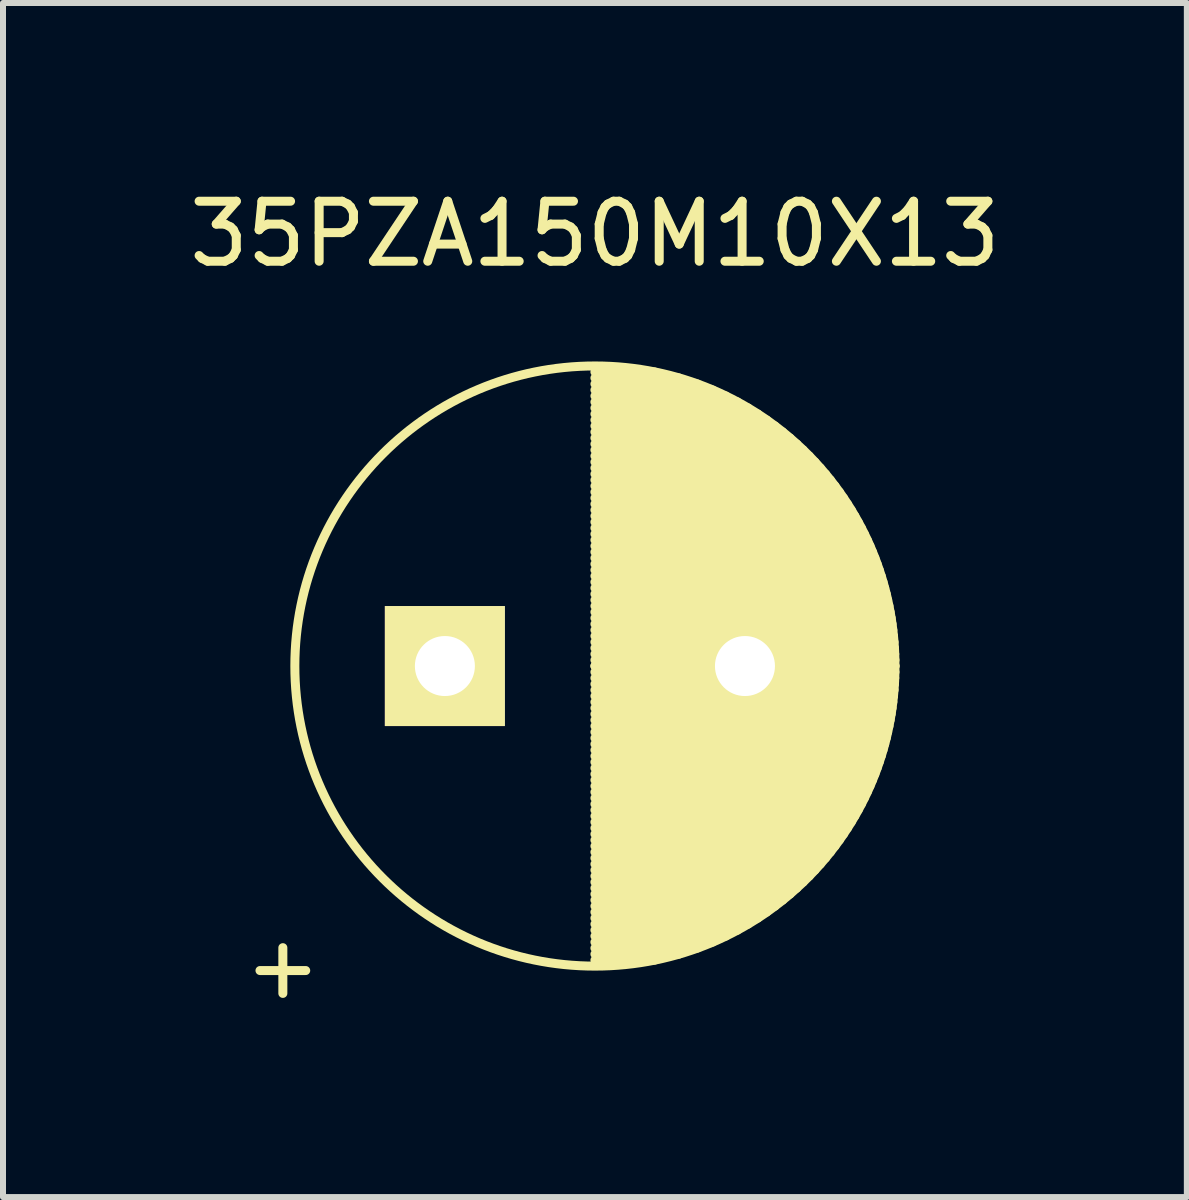
<source format=kicad_pcb>
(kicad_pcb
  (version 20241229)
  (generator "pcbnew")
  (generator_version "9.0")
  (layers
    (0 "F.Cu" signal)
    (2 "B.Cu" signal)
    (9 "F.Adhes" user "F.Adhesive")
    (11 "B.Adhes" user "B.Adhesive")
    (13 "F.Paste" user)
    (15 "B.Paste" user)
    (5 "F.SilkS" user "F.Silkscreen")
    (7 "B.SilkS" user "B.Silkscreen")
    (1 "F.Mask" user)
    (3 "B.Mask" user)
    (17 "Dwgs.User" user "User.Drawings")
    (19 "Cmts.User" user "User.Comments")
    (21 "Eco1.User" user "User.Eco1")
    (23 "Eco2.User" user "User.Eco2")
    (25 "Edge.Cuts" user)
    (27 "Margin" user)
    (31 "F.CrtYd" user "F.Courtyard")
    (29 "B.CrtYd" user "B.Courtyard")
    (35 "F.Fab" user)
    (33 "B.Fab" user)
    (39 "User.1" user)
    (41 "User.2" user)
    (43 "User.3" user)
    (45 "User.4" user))
  (footprint "35PZA150M10X13"
    (layer "F.Cu")
    (at 4.363 8.048)
    (property "Reference" "35PZA150M10X13" (at 2.5 -7.2 0) (layer "F.SilkS") (effects (font (size 1 1) (thickness 0.15))))
    (attr through_hole)
    (fp_line (start 2.5 -4.9) (end 3.495 -4.9) (stroke (width 0.15) (type solid)) (layer "F.SilkS"))
    (fp_line (start 2.5 -4.8) (end 3.9 -4.8) (stroke (width 0.15) (type solid)) (layer "F.SilkS"))
    (fp_line (start 2.5 -4.7) (end 4.206 -4.7) (stroke (width 0.15) (type solid)) (layer "F.SilkS"))
    (fp_line (start 2.5 -4.6) (end 4.46 -4.6) (stroke (width 0.15) (type solid)) (layer "F.SilkS"))
    (fp_line (start 2.5 -4.5) (end 4.679 -4.5) (stroke (width 0.15) (type solid)) (layer "F.SilkS"))
    (fp_line (start 2.5 -4.4) (end 4.875 -4.4) (stroke (width 0.15) (type solid)) (layer "F.SilkS"))
    (fp_line (start 2.5 -4.3) (end 5.051 -4.3) (stroke (width 0.15) (type solid)) (layer "F.SilkS"))
    (fp_line (start 2.5 -4.2) (end 5.213 -4.2) (stroke (width 0.15) (type solid)) (layer "F.SilkS"))
    (fp_line (start 2.5 -4.1) (end 5.362 -4.1) (stroke (width 0.15) (type solid)) (layer "F.SilkS"))
    (fp_line (start 2.5 -4) (end 5.5 -4) (stroke (width 0.15) (type solid)) (layer "F.SilkS"))
    (fp_line (start 2.5 -3.9) (end 5.629 -3.9) (stroke (width 0.15) (type solid)) (layer "F.SilkS"))
    (fp_line (start 2.5 -3.8) (end 5.75 -3.8) (stroke (width 0.15) (type solid)) (layer "F.SilkS"))
    (fp_line (start 2.5 -3.7) (end 5.863 -3.7) (stroke (width 0.15) (type solid)) (layer "F.SilkS"))
    (fp_line (start 2.5 -3.6) (end 5.97 -3.6) (stroke (width 0.15) (type solid)) (layer "F.SilkS"))
    (fp_line (start 2.5 -3.5) (end 6.071 -3.5) (stroke (width 0.15) (type solid)) (layer "F.SilkS"))
    (fp_line (start 2.5 -3.4) (end 6.166 -3.4) (stroke (width 0.15) (type solid)) (layer "F.SilkS"))
    (fp_line (start 2.5 -3.3) (end 6.256 -3.3) (stroke (width 0.15) (type solid)) (layer "F.SilkS"))
    (fp_line (start 2.5 -3.2) (end 6.342 -3.2) (stroke (width 0.15) (type solid)) (layer "F.SilkS"))
    (fp_line (start 2.5 -3.1) (end 6.423 -3.1) (stroke (width 0.15) (type solid)) (layer "F.SilkS"))
    (fp_line (start 2.5 -3) (end 6.5 -3) (stroke (width 0.15) (type solid)) (layer "F.SilkS"))
    (fp_line (start 2.5 -2.9) (end 6.573 -2.9) (stroke (width 0.15) (type solid)) (layer "F.SilkS"))
    (fp_line (start 2.5 -2.8) (end 6.642 -2.8) (stroke (width 0.15) (type solid)) (layer "F.SilkS"))
    (fp_line (start 2.5 -2.7) (end 6.708 -2.7) (stroke (width 0.15) (type solid)) (layer "F.SilkS"))
    (fp_line (start 2.5 -2.6) (end 6.771 -2.6) (stroke (width 0.15) (type solid)) (layer "F.SilkS"))
    (fp_line (start 2.5 -2.5) (end 6.83 -2.5) (stroke (width 0.15) (type solid)) (layer "F.SilkS"))
    (fp_line (start 2.5 -2.4) (end 6.886 -2.4) (stroke (width 0.15) (type solid)) (layer "F.SilkS"))
    (fp_line (start 2.5 -2.3) (end 6.94 -2.3) (stroke (width 0.15) (type solid)) (layer "F.SilkS"))
    (fp_line (start 2.5 -2.2) (end 6.99 -2.2) (stroke (width 0.15) (type solid)) (layer "F.SilkS"))
    (fp_line (start 2.5 -2.1) (end 7.038 -2.1) (stroke (width 0.15) (type solid)) (layer "F.SilkS"))
    (fp_line (start 2.5 -2) (end 7.083 -2) (stroke (width 0.15) (type solid)) (layer "F.SilkS"))
    (fp_line (start 2.5 -1.9) (end 7.125 -1.9) (stroke (width 0.15) (type solid)) (layer "F.SilkS"))
    (fp_line (start 2.5 -1.8) (end 7.165 -1.8) (stroke (width 0.15) (type solid)) (layer "F.SilkS"))
    (fp_line (start 2.5 -1.7) (end 7.202 -1.7) (stroke (width 0.15) (type solid)) (layer "F.SilkS"))
    (fp_line (start 2.5 -1.6) (end 7.237 -1.6) (stroke (width 0.15) (type solid)) (layer "F.SilkS"))
    (fp_line (start 2.5 -1.5) (end 7.27 -1.5) (stroke (width 0.15) (type solid)) (layer "F.SilkS"))
    (fp_line (start 2.5 -1.4) (end 7.3 -1.4) (stroke (width 0.15) (type solid)) (layer "F.SilkS"))
    (fp_line (start 2.5 -1.3) (end 7.328 -1.3) (stroke (width 0.15) (type solid)) (layer "F.SilkS"))
    (fp_line (start 2.5 -1.2) (end 7.354 -1.2) (stroke (width 0.15) (type solid)) (layer "F.SilkS"))
    (fp_line (start 2.5 -1.1) (end 7.377 -1.1) (stroke (width 0.15) (type solid)) (layer "F.SilkS"))
    (fp_line (start 2.5 -1) (end 7.399 -1) (stroke (width 0.15) (type solid)) (layer "F.SilkS"))
    (fp_line (start 2.5 -0.9) (end 7.418 -0.9) (stroke (width 0.15) (type solid)) (layer "F.SilkS"))
    (fp_line (start 2.5 -0.8) (end 7.436 -0.8) (stroke (width 0.15) (type solid)) (layer "F.SilkS"))
    (fp_line (start 2.5 -0.7) (end 7.451 -0.7) (stroke (width 0.15) (type solid)) (layer "F.SilkS"))
    (fp_line (start 2.5 -0.6) (end 7.464 -0.6) (stroke (width 0.15) (type solid)) (layer "F.SilkS"))
    (fp_line (start 2.5 -0.5) (end 7.475 -0.5) (stroke (width 0.15) (type solid)) (layer "F.SilkS"))
    (fp_line (start 2.5 -0.4) (end 7.484 -0.4) (stroke (width 0.15) (type solid)) (layer "F.SilkS"))
    (fp_line (start 2.5 -0.3) (end 7.491 -0.3) (stroke (width 0.15) (type solid)) (layer "F.SilkS"))
    (fp_line (start 2.5 -0.2) (end 7.496 -0.2) (stroke (width 0.15) (type solid)) (layer "F.SilkS"))
    (fp_line (start 2.5 -0.1) (end 7.499 -0.1) (stroke (width 0.15) (type solid)) (layer "F.SilkS"))
    (fp_line (start 2.5 0) (end 7.5 0) (stroke (width 0.15) (type solid)) (layer "F.SilkS"))
    (fp_line (start 2.5 0) (end 7.5 0) (stroke (width 0.15) (type solid)) (layer "F.SilkS"))
    (fp_line (start 2.5 0.1) (end 7.499 0.1) (stroke (width 0.15) (type solid)) (layer "F.SilkS"))
    (fp_line (start 2.5 0.2) (end 7.496 0.2) (stroke (width 0.15) (type solid)) (layer "F.SilkS"))
    (fp_line (start 2.5 0.3) (end 7.491 0.3) (stroke (width 0.15) (type solid)) (layer "F.SilkS"))
    (fp_line (start 2.5 0.4) (end 7.484 0.4) (stroke (width 0.15) (type solid)) (layer "F.SilkS"))
    (fp_line (start 2.5 0.5) (end 7.475 0.5) (stroke (width 0.15) (type solid)) (layer "F.SilkS"))
    (fp_line (start 2.5 0.6) (end 7.464 0.6) (stroke (width 0.15) (type solid)) (layer "F.SilkS"))
    (fp_line (start 2.5 0.7) (end 7.451 0.7) (stroke (width 0.15) (type solid)) (layer "F.SilkS"))
    (fp_line (start 2.5 0.8) (end 7.436 0.8) (stroke (width 0.15) (type solid)) (layer "F.SilkS"))
    (fp_line (start 2.5 0.9) (end 7.418 0.9) (stroke (width 0.15) (type solid)) (layer "F.SilkS"))
    (fp_line (start 2.5 1) (end 7.399 1) (stroke (width 0.15) (type solid)) (layer "F.SilkS"))
    (fp_line (start 2.5 1.1) (end 7.377 1.1) (stroke (width 0.15) (type solid)) (layer "F.SilkS"))
    (fp_line (start 2.5 1.2) (end 7.354 1.2) (stroke (width 0.15) (type solid)) (layer "F.SilkS"))
    (fp_line (start 2.5 1.3) (end 7.328 1.3) (stroke (width 0.15) (type solid)) (layer "F.SilkS"))
    (fp_line (start 2.5 1.4) (end 7.3 1.4) (stroke (width 0.15) (type solid)) (layer "F.SilkS"))
    (fp_line (start 2.5 1.5) (end 7.27 1.5) (stroke (width 0.15) (type solid)) (layer "F.SilkS"))
    (fp_line (start 2.5 1.6) (end 7.237 1.6) (stroke (width 0.15) (type solid)) (layer "F.SilkS"))
    (fp_line (start 2.5 1.7) (end 7.202 1.7) (stroke (width 0.15) (type solid)) (layer "F.SilkS"))
    (fp_line (start 2.5 1.8) (end 7.165 1.8) (stroke (width 0.15) (type solid)) (layer "F.SilkS"))
    (fp_line (start 2.5 1.9) (end 7.125 1.9) (stroke (width 0.15) (type solid)) (layer "F.SilkS"))
    (fp_line (start 2.5 2) (end 7.083 2) (stroke (width 0.15) (type solid)) (layer "F.SilkS"))
    (fp_line (start 2.5 2.1) (end 7.038 2.1) (stroke (width 0.15) (type solid)) (layer "F.SilkS"))
    (fp_line (start 2.5 2.2) (end 6.99 2.2) (stroke (width 0.15) (type solid)) (layer "F.SilkS"))
    (fp_line (start 2.5 2.3) (end 6.94 2.3) (stroke (width 0.15) (type solid)) (layer "F.SilkS"))
    (fp_line (start 2.5 2.4) (end 6.886 2.4) (stroke (width 0.15) (type solid)) (layer "F.SilkS"))
    (fp_line (start 2.5 2.5) (end 6.83 2.5) (stroke (width 0.15) (type solid)) (layer "F.SilkS"))
    (fp_line (start 2.5 2.6) (end 6.771 2.6) (stroke (width 0.15) (type solid)) (layer "F.SilkS"))
    (fp_line (start 2.5 2.7) (end 6.708 2.7) (stroke (width 0.15) (type solid)) (layer "F.SilkS"))
    (fp_line (start 2.5 2.8) (end 6.642 2.8) (stroke (width 0.15) (type solid)) (layer "F.SilkS"))
    (fp_line (start 2.5 2.9) (end 6.573 2.9) (stroke (width 0.15) (type solid)) (layer "F.SilkS"))
    (fp_line (start 2.5 3) (end 6.5 3) (stroke (width 0.15) (type solid)) (layer "F.SilkS"))
    (fp_line (start 2.5 3.1) (end 6.423 3.1) (stroke (width 0.15) (type solid)) (layer "F.SilkS"))
    (fp_line (start 2.5 3.2) (end 6.342 3.2) (stroke (width 0.15) (type solid)) (layer "F.SilkS"))
    (fp_line (start 2.5 3.3) (end 6.256 3.3) (stroke (width 0.15) (type solid)) (layer "F.SilkS"))
    (fp_line (start 2.5 3.4) (end 6.166 3.4) (stroke (width 0.15) (type solid)) (layer "F.SilkS"))
    (fp_line (start 2.5 3.5) (end 6.071 3.5) (stroke (width 0.15) (type solid)) (layer "F.SilkS"))
    (fp_line (start 2.5 3.6) (end 5.97 3.6) (stroke (width 0.15) (type solid)) (layer "F.SilkS"))
    (fp_line (start 2.5 3.7) (end 5.863 3.7) (stroke (width 0.15) (type solid)) (layer "F.SilkS"))
    (fp_line (start 2.5 3.8) (end 5.75 3.8) (stroke (width 0.15) (type solid)) (layer "F.SilkS"))
    (fp_line (start 2.5 3.9) (end 5.629 3.9) (stroke (width 0.15) (type solid)) (layer "F.SilkS"))
    (fp_line (start 2.5 4) (end 5.5 4) (stroke (width 0.15) (type solid)) (layer "F.SilkS"))
    (fp_line (start 2.5 4.1) (end 5.362 4.1) (stroke (width 0.15) (type solid)) (layer "F.SilkS"))
    (fp_line (start 2.5 4.2) (end 5.213 4.2) (stroke (width 0.15) (type solid)) (layer "F.SilkS"))
    (fp_line (start 2.5 4.3) (end 5.051 4.3) (stroke (width 0.15) (type solid)) (layer "F.SilkS"))
    (fp_line (start 2.5 4.4) (end 4.875 4.4) (stroke (width 0.15) (type solid)) (layer "F.SilkS"))
    (fp_line (start 2.5 4.5) (end 4.679 4.5) (stroke (width 0.15) (type solid)) (layer "F.SilkS"))
    (fp_line (start 2.5 4.6) (end 4.46 4.6) (stroke (width 0.15) (type solid)) (layer "F.SilkS"))
    (fp_line (start 2.5 4.7) (end 4.206 4.7) (stroke (width 0.15) (type solid)) (layer "F.SilkS"))
    (fp_line (start 2.5 4.8) (end 3.9 4.8) (stroke (width 0.15) (type solid)) (layer "F.SilkS"))
    (fp_line (start 2.5 4.9) (end 3.495 4.9) (stroke (width 0.15) (type solid)) (layer "F.SilkS"))
    (fp_circle (center 2.5 0) (end 2.5 -5) (stroke (width 0.15) (type solid)) (fill no) (layer "F.SilkS"))
    (fp_text user "+" (at -2.7 5 0) (layer "F.SilkS") (effects (font (size 1 1) (thickness 0.15))))
    (pad "1" thru_hole rect (at 0 0) (size 2 2) (drill 1) (layers "*.Cu" "*.Mask" "F.SilkS"))
    (pad "2" thru_hole circle (at 5 0) (size 2 2) (drill 1) (layers "*.Cu" "*.Mask" "F.SilkS")))
  (gr_rect
    (start -3 -3)
    (end 16.726 16.896)
    (stroke (width 0.1) (type default))
    (fill no)
    (layer "Edge.Cuts")))
</source>
